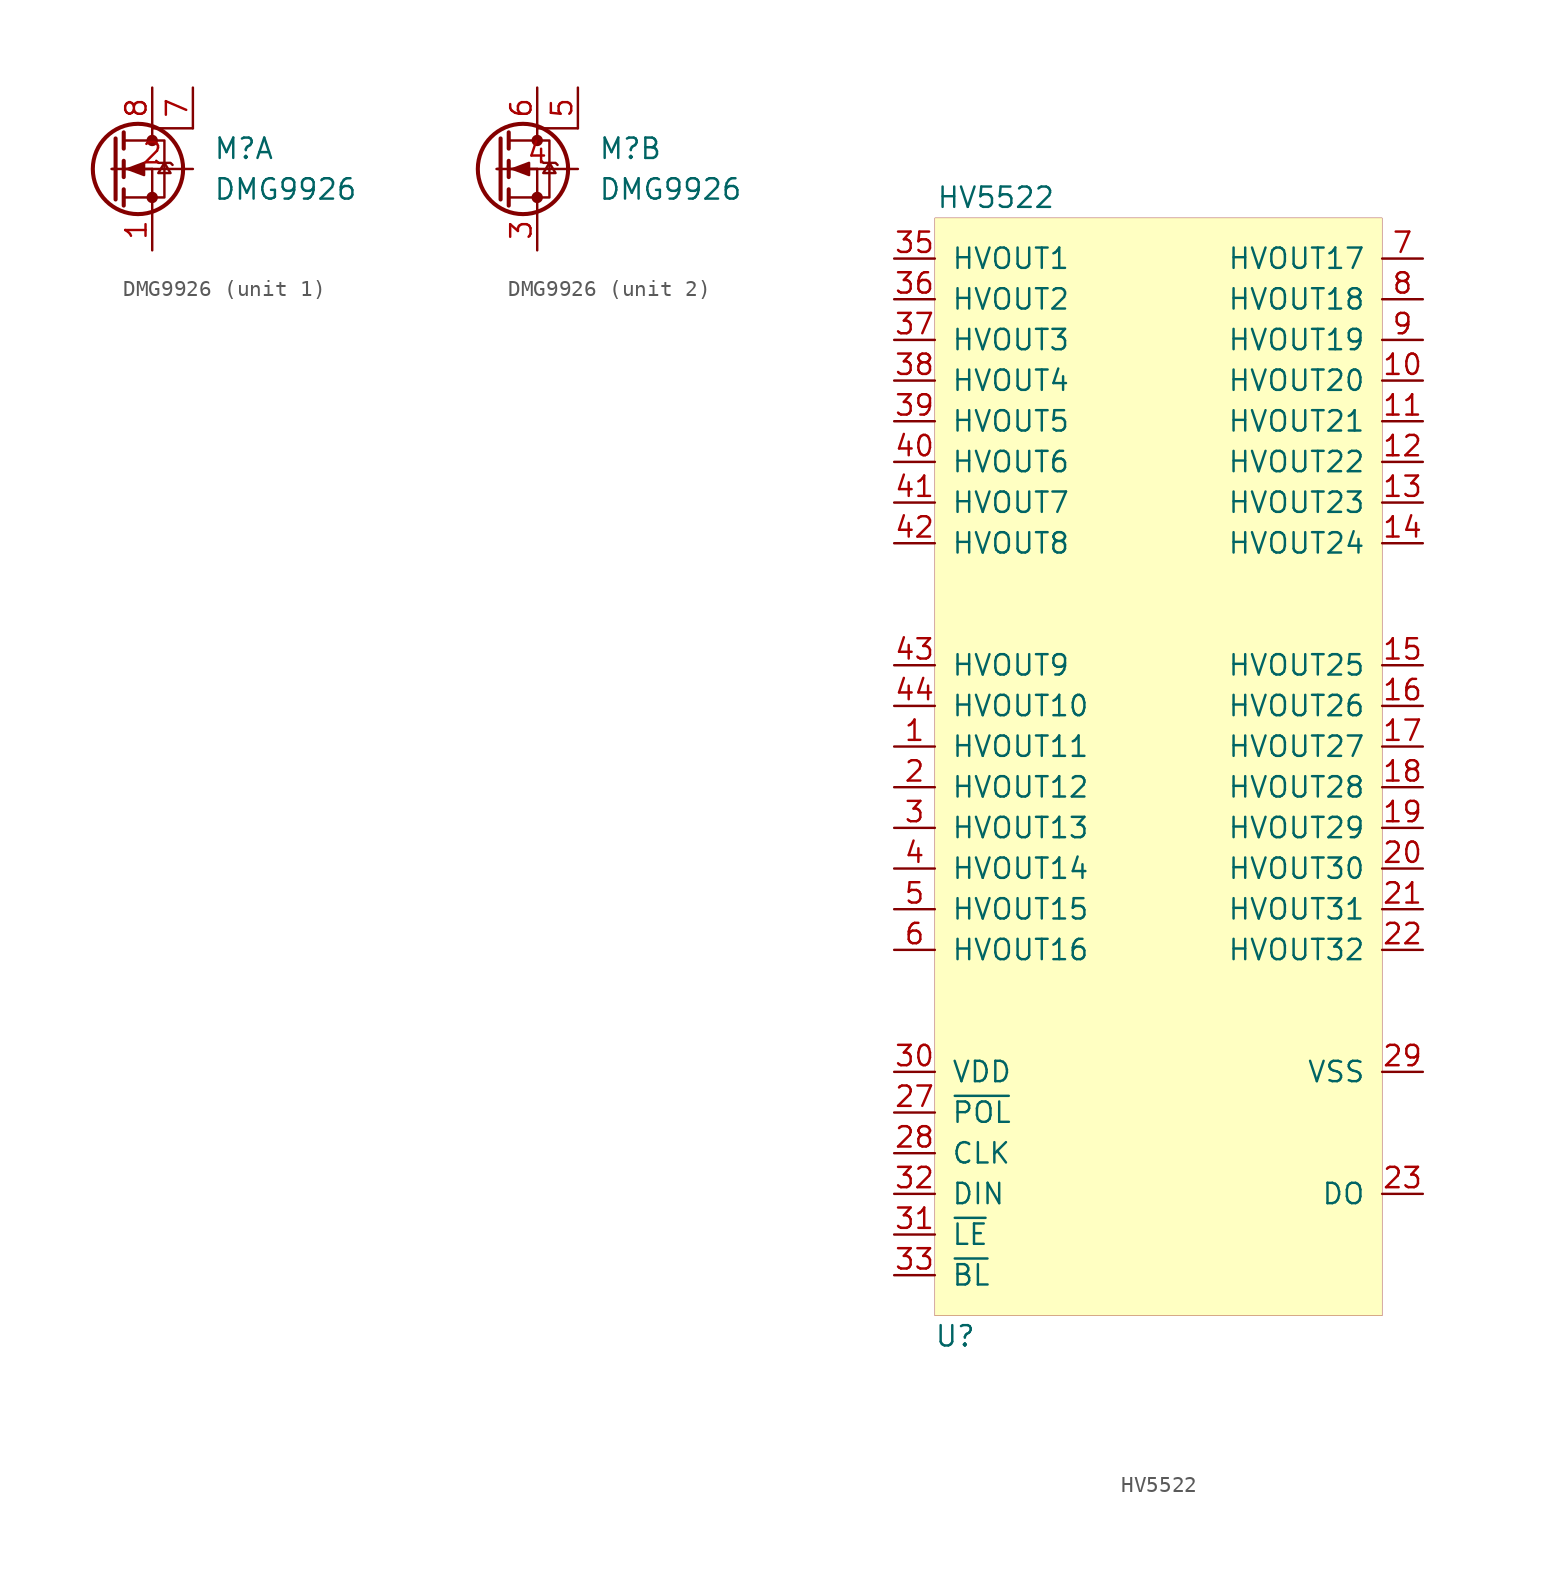
<source format=kicad_sym>
(kicad_symbol_lib
  (version 20211014)
  (generator kicad_symbol_editor)
  (symbol "DMG9926"
    (property "Reference" "M"
      (at 3.81 1.27 0)
      (effects (font (size 1.27 1.27)) (justify left)))
    (property "Value" "DMG9926"
      (at 3.81 -1.27 0)
      (effects (font (size 1.27 1.27)) (justify left)))
    (property "ki_locked" ""
      (at 0 0 0)
      (effects (font (size 1.27 1.27))))
    (symbol "DMG9926_0_1"
      (circle (center -0.889 0) (radius 2.819) (stroke (width 0.254) (type default) (color 0 0 0 0)) (fill (type none)))
      (circle (center 0 -1.778) (radius 0.279) (stroke (width 0) (type default) (color 0 0 0 0)) (fill (type outline)))
      (polyline (pts (xy -2.489 0) (xy -2.286 0)) (stroke (width 0) (type default) (color 0 0 0 0)) (fill (type none)))
      (polyline (pts (xy -1.778 -1.778) (xy 0 -1.778)) (stroke (width 0) (type default) (color 0 0 0 0)) (fill (type none)))
      (polyline (pts (xy -1.778 -1.27) (xy -1.778 -2.286)) (stroke (width 0.254) (type default) (color 0 0 0 0)) (fill (type none)))
      (polyline (pts (xy -1.778 0) (xy 0 0)) (stroke (width 0) (type default) (color 0 0 0 0)) (fill (type none)))
      (polyline (pts (xy -1.778 0.508) (xy -1.778 -0.508)) (stroke (width 0.254) (type default) (color 0 0 0 0)) (fill (type none)))
      (polyline (pts (xy -1.778 1.778) (xy 0 1.778)) (stroke (width 0) (type default) (color 0 0 0 0)) (fill (type none)))
      (polyline (pts (xy -1.778 2.286) (xy -1.778 1.27)) (stroke (width 0.254) (type default) (color 0 0 0 0)) (fill (type none)))
      (polyline (pts (xy 0 -1.778) (xy 0 -2.54)) (stroke (width 0) (type default) (color 0 0 0 0)) (fill (type none)))
      (polyline (pts (xy 0 -1.778) (xy 0 0)) (stroke (width 0) (type default) (color 0 0 0 0)) (fill (type none)))
      (polyline (pts (xy 0 2.54) (xy 0 1.778)) (stroke (width 0) (type default) (color 0 0 0 0)) (fill (type none)))
      (polyline (pts (xy 2.54 2.54) (xy 0 2.54)) (stroke (width 0.152) (type default) (color 0 0 0 0)) (fill (type none)))
      (polyline (pts (xy -2.286 1.905) (xy -2.286 -1.905) (xy -2.286 -1.905)) (stroke (width 0.254) (type default) (color 0 0 0 0)) (fill (type none)))
      (polyline (pts (xy -1.524 0) (xy -0.508 0.381) (xy -0.508 -0.381) (xy -1.524 0)) (stroke (width 0) (type default) (color 0 0 0 0)) (fill (type outline)))
      (polyline (pts (xy 0 -1.778) (xy 0.762 -1.778) (xy 0.762 1.778) (xy 0 1.778)) (stroke (width 0) (type default) (color 0 0 0 0)) (fill (type none)))
      (polyline (pts (xy 0.254 0.508) (xy 0.381 0.381) (xy 1.143 0.381) (xy 1.27 0.254)) (stroke (width 0) (type default) (color 0 0 0 0)) (fill (type none)))
      (polyline (pts (xy 0.762 0.381) (xy 0.381 -0.254) (xy 1.143 -0.254) (xy 0.762 0.381)) (stroke (width 0) (type default) (color 0 0 0 0)) (fill (type none)))
      (circle (center 0 1.778) (radius 0.279) (stroke (width 0) (type default) (color 0 0 0 0)) (fill (type outline))))
    (symbol "DMG9926_1_1"
      (pin passive line (at 0 -5.08 90) (length 2.54) (name "" (effects (font (size 1.27 1.27)))) (number "1" (effects (font (size 1.27 1.27)))))
      (pin input line (at -2.54 0 0) (length 5.08) (name "" (effects (font (size 1.27 1.27)))) (number "2" (effects (font (size 1.27 1.27)))))
      (pin passive line (at 2.54 5.08 270) (length 2.54) (name "" (effects (font (size 1.27 1.27)))) (number "7" (effects (font (size 1.27 1.27)))))
      (pin passive line (at 0 5.08 270) (length 2.54) (name "" (effects (font (size 1.27 1.27)))) (number "8" (effects (font (size 1.27 1.27))))))
    (symbol "DMG9926_2_1"
      (pin input line (at 0 -5.08 90) (length 2.54) (name "" (effects (font (size 1.27 1.27)))) (number "3" (effects (font (size 1.27 1.27)))))
      (pin input line (at -2.54 0 0) (length 5.08) (name "" (effects (font (size 1.27 1.27)))) (number "4" (effects (font (size 1.27 1.27)))))
      (pin input line (at 2.54 5.08 270) (length 2.54) (name "" (effects (font (size 1.27 1.27)))) (number "5" (effects (font (size 1.27 1.27)))))
      (pin input line (at 0 5.08 270) (length 2.54) (name "" (effects (font (size 1.27 1.27)))) (number "6" (effects (font (size 1.27 1.27)))))))
  (symbol "HV5522"
    (pin_names
      (offset 1.016))
    (property "Reference" "U"
      (at -12.7 -35.56 0)
      (effects (font (size 1.27 1.27))))
    (property "Value" "HV5522"
      (at -10.16 35.56 0)
      (effects (font (size 1.27 1.27))))
    (symbol "HV5522_0_1"
      (rectangle (start -13.97 34.29) (end 13.97 -34.29) (stroke (width 0.001) (type default) (color 0 0 0 0)) (fill (type background))))
    (symbol "HV5522_1_1"
      (pin input line (at -16.51 1.27 0) (length 2.54) (name "HVOUT11" (effects (font (size 1.27 1.27)))) (number "1" (effects (font (size 1.27 1.27)))))
      (pin input line (at 16.51 24.13 180) (length 2.54) (name "HVOUT20" (effects (font (size 1.27 1.27)))) (number "10" (effects (font (size 1.27 1.27)))))
      (pin input line (at 16.51 21.59 180) (length 2.54) (name "HVOUT21" (effects (font (size 1.27 1.27)))) (number "11" (effects (font (size 1.27 1.27)))))
      (pin input line (at 16.51 19.05 180) (length 2.54) (name "HVOUT22" (effects (font (size 1.27 1.27)))) (number "12" (effects (font (size 1.27 1.27)))))
      (pin input line (at 16.51 16.51 180) (length 2.54) (name "HVOUT23" (effects (font (size 1.27 1.27)))) (number "13" (effects (font (size 1.27 1.27)))))
      (pin input line (at 16.51 13.97 180) (length 2.54) (name "HVOUT24" (effects (font (size 1.27 1.27)))) (number "14" (effects (font (size 1.27 1.27)))))
      (pin input line (at 16.51 6.35 180) (length 2.54) (name "HVOUT25" (effects (font (size 1.27 1.27)))) (number "15" (effects (font (size 1.27 1.27)))))
      (pin input line (at 16.51 3.81 180) (length 2.54) (name "HVOUT26" (effects (font (size 1.27 1.27)))) (number "16" (effects (font (size 1.27 1.27)))))
      (pin input line (at 16.51 1.27 180) (length 2.54) (name "HVOUT27" (effects (font (size 1.27 1.27)))) (number "17" (effects (font (size 1.27 1.27)))))
      (pin input line (at 16.51 -1.27 180) (length 2.54) (name "HVOUT28" (effects (font (size 1.27 1.27)))) (number "18" (effects (font (size 1.27 1.27)))))
      (pin input line (at 16.51 -3.81 180) (length 2.54) (name "HVOUT29" (effects (font (size 1.27 1.27)))) (number "19" (effects (font (size 1.27 1.27)))))
      (pin input line (at -16.51 -1.27 0) (length 2.54) (name "HVOUT12" (effects (font (size 1.27 1.27)))) (number "2" (effects (font (size 1.27 1.27)))))
      (pin input line (at 16.51 -6.35 180) (length 2.54) (name "HVOUT30" (effects (font (size 1.27 1.27)))) (number "20" (effects (font (size 1.27 1.27)))))
      (pin input line (at 16.51 -8.89 180) (length 2.54) (name "HVOUT31" (effects (font (size 1.27 1.27)))) (number "21" (effects (font (size 1.27 1.27)))))
      (pin input line (at 16.51 -11.43 180) (length 2.54) (name "HVOUT32" (effects (font (size 1.27 1.27)))) (number "22" (effects (font (size 1.27 1.27)))))
      (pin input line (at 16.51 -26.67 180) (length 2.54) (name "DO" (effects (font (size 1.27 1.27)))) (number "23" (effects (font (size 1.27 1.27)))))
      (pin no_connect line (at -2.54 26.67 90) (length 2.54) hide (name "NC" (effects (font (size 1.27 1.27)))) (number "24" (effects (font (size 1.27 1.27)))))
      (pin no_connect line (at 0 26.67 90) (length 2.54) hide (name "NC" (effects (font (size 1.27 1.27)))) (number "25" (effects (font (size 1.27 1.27)))))
      (pin no_connect line (at 2.54 26.67 90) (length 2.54) hide (name "NC" (effects (font (size 1.27 1.27)))) (number "26" (effects (font (size 1.27 1.27)))))
      (pin input line (at -16.51 -21.59 0) (length 2.54) (name "~{POL}" (effects (font (size 1.27 1.27)))) (number "27" (effects (font (size 1.27 1.27)))))
      (pin input line (at -16.51 -24.13 0) (length 2.54) (name "CLK" (effects (font (size 1.27 1.27)))) (number "28" (effects (font (size 1.27 1.27)))))
      (pin input line (at 16.51 -19.05 180) (length 2.54) (name "VSS" (effects (font (size 1.27 1.27)))) (number "29" (effects (font (size 1.27 1.27)))))
      (pin input line (at -16.51 -3.81 0) (length 2.54) (name "HVOUT13" (effects (font (size 1.27 1.27)))) (number "3" (effects (font (size 1.27 1.27)))))
      (pin input line (at -16.51 -19.05 0) (length 2.54) (name "VDD" (effects (font (size 1.27 1.27)))) (number "30" (effects (font (size 1.27 1.27)))))
      (pin input line (at -16.51 -29.21 0) (length 2.54) (name "~{LE}" (effects (font (size 1.27 1.27)))) (number "31" (effects (font (size 1.27 1.27)))))
      (pin input line (at -16.51 -26.67 0) (length 2.54) (name "DIN" (effects (font (size 1.27 1.27)))) (number "32" (effects (font (size 1.27 1.27)))))
      (pin input line (at -16.51 -31.75 0) (length 2.54) (name "~{BL}" (effects (font (size 1.27 1.27)))) (number "33" (effects (font (size 1.27 1.27)))))
      (pin no_connect line (at -2.54 8.89 90) (length 2.54) hide (name "NC" (effects (font (size 1.27 1.27)))) (number "34" (effects (font (size 1.27 1.27)))))
      (pin input line (at -16.51 31.75 0) (length 2.54) (name "HVOUT1" (effects (font (size 1.27 1.27)))) (number "35" (effects (font (size 1.27 1.27)))))
      (pin input line (at -16.51 29.21 0) (length 2.54) (name "HVOUT2" (effects (font (size 1.27 1.27)))) (number "36" (effects (font (size 1.27 1.27)))))
      (pin input line (at -16.51 26.67 0) (length 2.54) (name "HVOUT3" (effects (font (size 1.27 1.27)))) (number "37" (effects (font (size 1.27 1.27)))))
      (pin input line (at -16.51 24.13 0) (length 2.54) (name "HVOUT4" (effects (font (size 1.27 1.27)))) (number "38" (effects (font (size 1.27 1.27)))))
      (pin input line (at -16.51 21.59 0) (length 2.54) (name "HVOUT5" (effects (font (size 1.27 1.27)))) (number "39" (effects (font (size 1.27 1.27)))))
      (pin input line (at -16.51 -6.35 0) (length 2.54) (name "HVOUT14" (effects (font (size 1.27 1.27)))) (number "4" (effects (font (size 1.27 1.27)))))
      (pin input line (at -16.51 19.05 0) (length 2.54) (name "HVOUT6" (effects (font (size 1.27 1.27)))) (number "40" (effects (font (size 1.27 1.27)))))
      (pin input line (at -16.51 16.51 0) (length 2.54) (name "HVOUT7" (effects (font (size 1.27 1.27)))) (number "41" (effects (font (size 1.27 1.27)))))
      (pin input line (at -16.51 13.97 0) (length 2.54) (name "HVOUT8" (effects (font (size 1.27 1.27)))) (number "42" (effects (font (size 1.27 1.27)))))
      (pin input line (at -16.51 6.35 0) (length 2.54) (name "HVOUT9" (effects (font (size 1.27 1.27)))) (number "43" (effects (font (size 1.27 1.27)))))
      (pin input line (at -16.51 3.81 0) (length 2.54) (name "HVOUT10" (effects (font (size 1.27 1.27)))) (number "44" (effects (font (size 1.27 1.27)))))
      (pin input line (at -16.51 -8.89 0) (length 2.54) (name "HVOUT15" (effects (font (size 1.27 1.27)))) (number "5" (effects (font (size 1.27 1.27)))))
      (pin input line (at -16.51 -11.43 0) (length 2.54) (name "HVOUT16" (effects (font (size 1.27 1.27)))) (number "6" (effects (font (size 1.27 1.27)))))
      (pin input line (at 16.51 31.75 180) (length 2.54) (name "HVOUT17" (effects (font (size 1.27 1.27)))) (number "7" (effects (font (size 1.27 1.27)))))
      (pin input line (at 16.51 29.21 180) (length 2.54) (name "HVOUT18" (effects (font (size 1.27 1.27)))) (number "8" (effects (font (size 1.27 1.27)))))
      (pin input line (at 16.51 26.67 180) (length 2.54) (name "HVOUT19" (effects (font (size 1.27 1.27)))) (number "9" (effects (font (size 1.27 1.27))))))))
</source>
